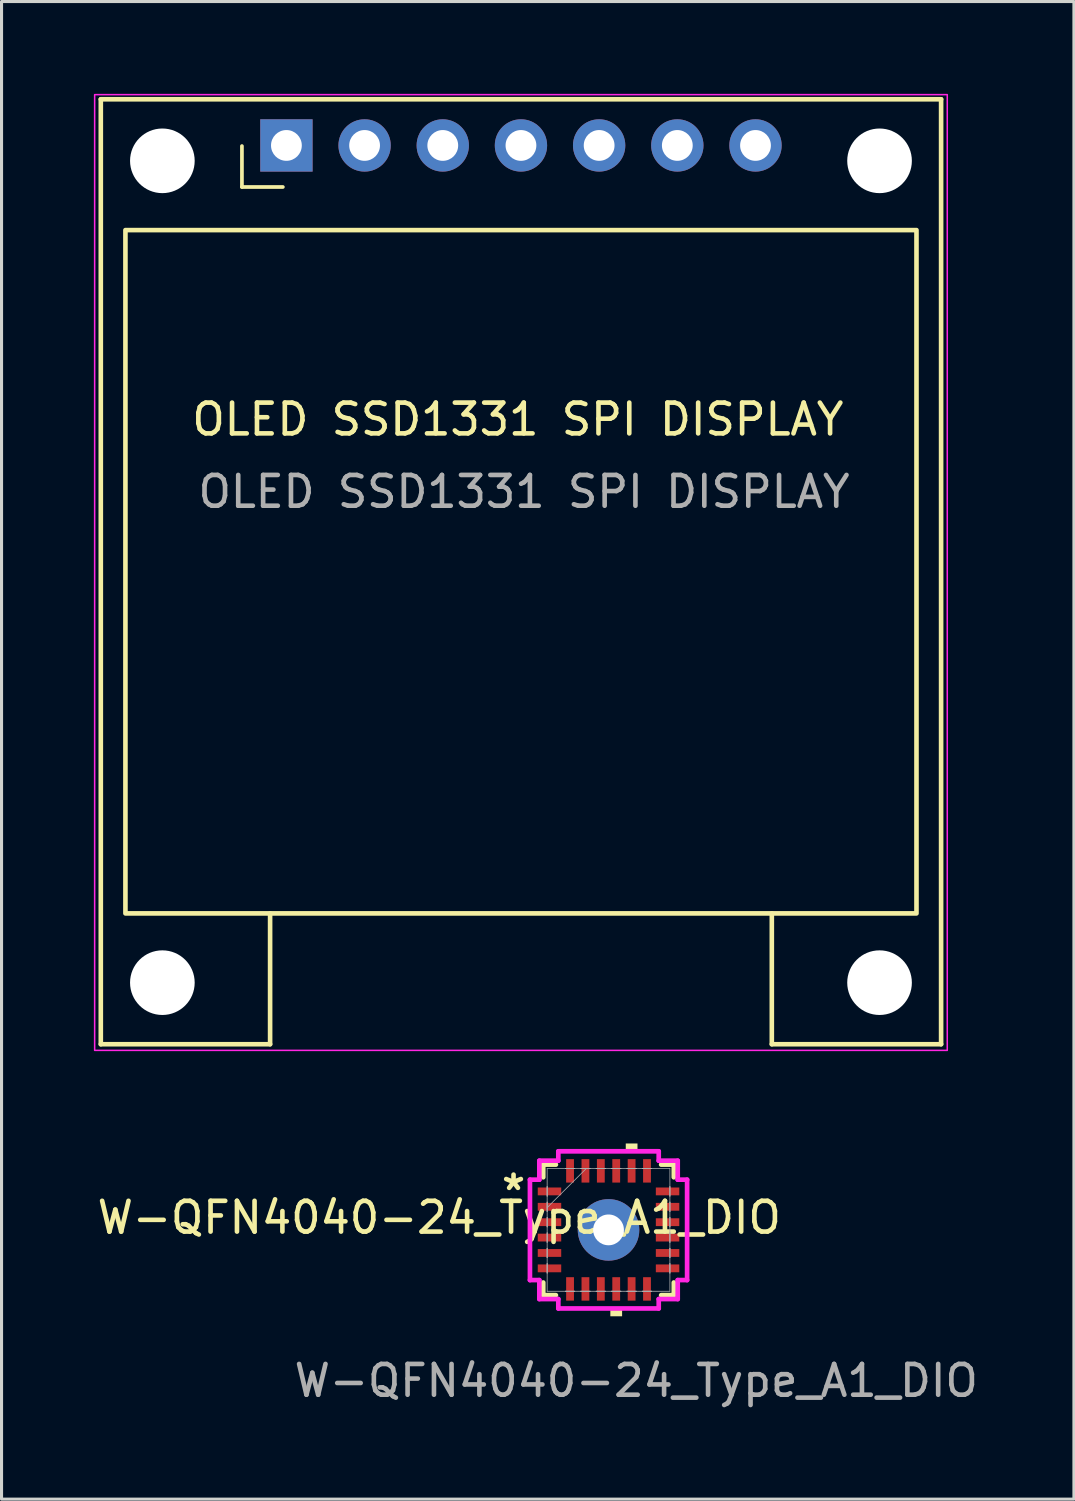
<source format=kicad_pcb>
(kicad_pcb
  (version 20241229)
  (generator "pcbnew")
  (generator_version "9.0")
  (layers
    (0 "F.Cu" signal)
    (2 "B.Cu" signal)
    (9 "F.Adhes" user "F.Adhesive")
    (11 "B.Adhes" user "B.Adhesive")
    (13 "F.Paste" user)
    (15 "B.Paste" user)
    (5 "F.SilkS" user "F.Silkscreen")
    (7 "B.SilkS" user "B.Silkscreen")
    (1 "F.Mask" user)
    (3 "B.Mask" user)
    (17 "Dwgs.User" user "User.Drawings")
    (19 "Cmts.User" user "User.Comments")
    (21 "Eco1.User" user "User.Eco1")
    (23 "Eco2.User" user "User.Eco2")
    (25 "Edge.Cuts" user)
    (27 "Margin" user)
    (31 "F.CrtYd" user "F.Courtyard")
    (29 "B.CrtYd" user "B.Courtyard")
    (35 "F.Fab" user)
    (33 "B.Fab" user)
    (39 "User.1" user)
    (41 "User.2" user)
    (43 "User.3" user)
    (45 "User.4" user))
  (footprint "W-QFN4040-24_Type_A1_DIO"
    (layer "F.Cu")
    (at 16.72 36.907)
    (property "Reference" "W-QFN4040-24_Type_A1_DIO" (at -5.5 -0.4 0) (unlocked yes) (layer "F.SilkS") (effects (font (size 1 1) (thickness 0.15))))
    (attr smd)
    (fp_line (start -2.121 -2.121) (end -2.121 -1.71) (stroke (width 0.152) (type solid)) (layer "F.SilkS"))
    (fp_line (start -2.121 1.71) (end -2.121 2.121) (stroke (width 0.152) (type solid)) (layer "F.SilkS"))
    (fp_line (start -2.121 2.121) (end -1.71 2.121) (stroke (width 0.152) (type solid)) (layer "F.SilkS"))
    (fp_line (start -1.71 -2.121) (end -2.121 -2.121) (stroke (width 0.152) (type solid)) (layer "F.SilkS"))
    (fp_line (start 1.71 2.121) (end 2.121 2.121) (stroke (width 0.152) (type solid)) (layer "F.SilkS"))
    (fp_line (start 2.121 -2.121) (end 1.71 -2.121) (stroke (width 0.152) (type solid)) (layer "F.SilkS"))
    (fp_line (start 2.121 -1.71) (end 2.121 -2.121) (stroke (width 0.152) (type solid)) (layer "F.SilkS"))
    (fp_line (start 2.121 2.121) (end 2.121 1.71) (stroke (width 0.152) (type solid)) (layer "F.SilkS"))
    (fp_poly (pts (xy 0.059 2.553) (xy 0.059 2.807) (xy 0.441 2.807) (xy 0.441 2.553)) (stroke (width 0) (type solid)) (fill yes) (layer "F.SilkS"))
    (fp_poly (pts (xy 0.56 -2.553) (xy 0.56 -2.807) (xy 0.941 -2.807) (xy 0.941 -2.553)) (stroke (width 0) (type solid)) (fill yes) (layer "F.SilkS"))
    (fp_line (start -2.553 -1.631) (end -2.248 -1.631) (stroke (width 0.152) (type solid)) (layer "F.CrtYd"))
    (fp_line (start -2.553 1.631) (end -2.553 -1.631) (stroke (width 0.152) (type solid)) (layer "F.CrtYd"))
    (fp_line (start -2.248 -2.248) (end -1.631 -2.248) (stroke (width 0.152) (type solid)) (layer "F.CrtYd"))
    (fp_line (start -2.248 -1.631) (end -2.248 -2.248) (stroke (width 0.152) (type solid)) (layer "F.CrtYd"))
    (fp_line (start -2.248 1.631) (end -2.553 1.631) (stroke (width 0.152) (type solid)) (layer "F.CrtYd"))
    (fp_line (start -2.248 2.248) (end -2.248 1.631) (stroke (width 0.152) (type solid)) (layer "F.CrtYd"))
    (fp_line (start -1.631 -2.553) (end 1.631 -2.553) (stroke (width 0.152) (type solid)) (layer "F.CrtYd"))
    (fp_line (start -1.631 -2.248) (end -1.631 -2.553) (stroke (width 0.152) (type solid)) (layer "F.CrtYd"))
    (fp_line (start -1.631 2.248) (end -2.248 2.248) (stroke (width 0.152) (type solid)) (layer "F.CrtYd"))
    (fp_line (start -1.631 2.553) (end -1.631 2.248) (stroke (width 0.152) (type solid)) (layer "F.CrtYd"))
    (fp_line (start 1.631 -2.553) (end 1.631 -2.248) (stroke (width 0.152) (type solid)) (layer "F.CrtYd"))
    (fp_line (start 1.631 -2.248) (end 2.248 -2.248) (stroke (width 0.152) (type solid)) (layer "F.CrtYd"))
    (fp_line (start 1.631 2.248) (end 1.631 2.553) (stroke (width 0.152) (type solid)) (layer "F.CrtYd"))
    (fp_line (start 1.631 2.553) (end -1.631 2.553) (stroke (width 0.152) (type solid)) (layer "F.CrtYd"))
    (fp_line (start 2.248 -2.248) (end 2.248 -1.631) (stroke (width 0.152) (type solid)) (layer "F.CrtYd"))
    (fp_line (start 2.248 -1.631) (end 2.553 -1.631) (stroke (width 0.152) (type solid)) (layer "F.CrtYd"))
    (fp_line (start 2.248 1.631) (end 2.248 2.248) (stroke (width 0.152) (type solid)) (layer "F.CrtYd"))
    (fp_line (start 2.248 2.248) (end 1.631 2.248) (stroke (width 0.152) (type solid)) (layer "F.CrtYd"))
    (fp_line (start 2.553 -1.631) (end 2.553 1.631) (stroke (width 0.152) (type solid)) (layer "F.CrtYd"))
    (fp_line (start 2.553 1.631) (end 2.248 1.631) (stroke (width 0.152) (type solid)) (layer "F.CrtYd"))
    (fp_line (start -1.994 -1.994) (end -1.994 1.994) (stroke (width 0.025) (type solid)) (layer "F.Fab"))
    (fp_line (start -1.994 -1.402) (end -1.994 -1.402) (stroke (width 0.025) (type solid)) (layer "F.Fab"))
    (fp_line (start -1.994 -1.402) (end -1.994 -1.098) (stroke (width 0.025) (type solid)) (layer "F.Fab"))
    (fp_line (start -1.994 -1.098) (end -1.994 -1.402) (stroke (width 0.025) (type solid)) (layer "F.Fab"))
    (fp_line (start -1.994 -1.098) (end -1.994 -1.098) (stroke (width 0.025) (type solid)) (layer "F.Fab"))
    (fp_line (start -1.994 -0.902) (end -1.994 -0.902) (stroke (width 0.025) (type solid)) (layer "F.Fab"))
    (fp_line (start -1.994 -0.902) (end -1.994 -0.598) (stroke (width 0.025) (type solid)) (layer "F.Fab"))
    (fp_line (start -1.994 -0.724) (end -0.724 -1.994) (stroke (width 0.025) (type solid)) (layer "F.Fab"))
    (fp_line (start -1.994 -0.598) (end -1.994 -0.902) (stroke (width 0.025) (type solid)) (layer "F.Fab"))
    (fp_line (start -1.994 -0.598) (end -1.994 -0.598) (stroke (width 0.025) (type solid)) (layer "F.Fab"))
    (fp_line (start -1.994 -0.402) (end -1.994 -0.402) (stroke (width 0.025) (type solid)) (layer "F.Fab"))
    (fp_line (start -1.994 -0.402) (end -1.994 -0.098) (stroke (width 0.025) (type solid)) (layer "F.Fab"))
    (fp_line (start -1.994 -0.098) (end -1.994 -0.402) (stroke (width 0.025) (type solid)) (layer "F.Fab"))
    (fp_line (start -1.994 -0.098) (end -1.994 -0.098) (stroke (width 0.025) (type solid)) (layer "F.Fab"))
    (fp_line (start -1.994 0.098) (end -1.994 0.098) (stroke (width 0.025) (type solid)) (layer "F.Fab"))
    (fp_line (start -1.994 0.098) (end -1.994 0.402) (stroke (width 0.025) (type solid)) (layer "F.Fab"))
    (fp_line (start -1.994 0.402) (end -1.994 0.098) (stroke (width 0.025) (type solid)) (layer "F.Fab"))
    (fp_line (start -1.994 0.402) (end -1.994 0.402) (stroke (width 0.025) (type solid)) (layer "F.Fab"))
    (fp_line (start -1.994 0.598) (end -1.994 0.598) (stroke (width 0.025) (type solid)) (layer "F.Fab"))
    (fp_line (start -1.994 0.598) (end -1.994 0.902) (stroke (width 0.025) (type solid)) (layer "F.Fab"))
    (fp_line (start -1.994 0.902) (end -1.994 0.598) (stroke (width 0.025) (type solid)) (layer "F.Fab"))
    (fp_line (start -1.994 0.902) (end -1.994 0.902) (stroke (width 0.025) (type solid)) (layer "F.Fab"))
    (fp_line (start -1.994 1.098) (end -1.994 1.098) (stroke (width 0.025) (type solid)) (layer "F.Fab"))
    (fp_line (start -1.994 1.098) (end -1.994 1.402) (stroke (width 0.025) (type solid)) (layer "F.Fab"))
    (fp_line (start -1.994 1.402) (end -1.994 1.098) (stroke (width 0.025) (type solid)) (layer "F.Fab"))
    (fp_line (start -1.994 1.402) (end -1.994 1.402) (stroke (width 0.025) (type solid)) (layer "F.Fab"))
    (fp_line (start -1.994 1.994) (end 1.994 1.994) (stroke (width 0.025) (type solid)) (layer "F.Fab"))
    (fp_line (start -1.402 -1.994) (end -1.402 -1.994) (stroke (width 0.025) (type solid)) (layer "F.Fab"))
    (fp_line (start -1.402 -1.994) (end -1.098 -1.994) (stroke (width 0.025) (type solid)) (layer "F.Fab"))
    (fp_line (start -1.402 1.994) (end -1.402 1.994) (stroke (width 0.025) (type solid)) (layer "F.Fab"))
    (fp_line (start -1.402 1.994) (end -1.098 1.994) (stroke (width 0.025) (type solid)) (layer "F.Fab"))
    (fp_line (start -1.098 -1.994) (end -1.402 -1.994) (stroke (width 0.025) (type solid)) (layer "F.Fab"))
    (fp_line (start -1.098 -1.994) (end -1.098 -1.994) (stroke (width 0.025) (type solid)) (layer "F.Fab"))
    (fp_line (start -1.098 1.994) (end -1.402 1.994) (stroke (width 0.025) (type solid)) (layer "F.Fab"))
    (fp_line (start -1.098 1.994) (end -1.098 1.994) (stroke (width 0.025) (type solid)) (layer "F.Fab"))
    (fp_line (start -0.902 -1.994) (end -0.902 -1.994) (stroke (width 0.025) (type solid)) (layer "F.Fab"))
    (fp_line (start -0.902 -1.994) (end -0.598 -1.994) (stroke (width 0.025) (type solid)) (layer "F.Fab"))
    (fp_line (start -0.902 1.994) (end -0.902 1.994) (stroke (width 0.025) (type solid)) (layer "F.Fab"))
    (fp_line (start -0.902 1.994) (end -0.598 1.994) (stroke (width 0.025) (type solid)) (layer "F.Fab"))
    (fp_line (start -0.598 -1.994) (end -0.902 -1.994) (stroke (width 0.025) (type solid)) (layer "F.Fab"))
    (fp_line (start -0.598 -1.994) (end -0.598 -1.994) (stroke (width 0.025) (type solid)) (layer "F.Fab"))
    (fp_line (start -0.598 1.994) (end -0.902 1.994) (stroke (width 0.025) (type solid)) (layer "F.Fab"))
    (fp_line (start -0.598 1.994) (end -0.598 1.994) (stroke (width 0.025) (type solid)) (layer "F.Fab"))
    (fp_line (start -0.402 -1.994) (end -0.402 -1.994) (stroke (width 0.025) (type solid)) (layer "F.Fab"))
    (fp_line (start -0.402 -1.994) (end -0.098 -1.994) (stroke (width 0.025) (type solid)) (layer "F.Fab"))
    (fp_line (start -0.402 1.994) (end -0.402 1.994) (stroke (width 0.025) (type solid)) (layer "F.Fab"))
    (fp_line (start -0.402 1.994) (end -0.098 1.994) (stroke (width 0.025) (type solid)) (layer "F.Fab"))
    (fp_line (start -0.098 -1.994) (end -0.402 -1.994) (stroke (width 0.025) (type solid)) (layer "F.Fab"))
    (fp_line (start -0.098 -1.994) (end -0.098 -1.994) (stroke (width 0.025) (type solid)) (layer "F.Fab"))
    (fp_line (start -0.098 1.994) (end -0.402 1.994) (stroke (width 0.025) (type solid)) (layer "F.Fab"))
    (fp_line (start -0.098 1.994) (end -0.098 1.994) (stroke (width 0.025) (type solid)) (layer "F.Fab"))
    (fp_line (start 0.098 -1.994) (end 0.098 -1.994) (stroke (width 0.025) (type solid)) (layer "F.Fab"))
    (fp_line (start 0.098 -1.994) (end 0.402 -1.994) (stroke (width 0.025) (type solid)) (layer "F.Fab"))
    (fp_line (start 0.098 1.994) (end 0.098 1.994) (stroke (width 0.025) (type solid)) (layer "F.Fab"))
    (fp_line (start 0.098 1.994) (end 0.402 1.994) (stroke (width 0.025) (type solid)) (layer "F.Fab"))
    (fp_line (start 0.402 -1.994) (end 0.098 -1.994) (stroke (width 0.025) (type solid)) (layer "F.Fab"))
    (fp_line (start 0.402 -1.994) (end 0.402 -1.994) (stroke (width 0.025) (type solid)) (layer "F.Fab"))
    (fp_line (start 0.402 1.994) (end 0.098 1.994) (stroke (width 0.025) (type solid)) (layer "F.Fab"))
    (fp_line (start 0.402 1.994) (end 0.402 1.994) (stroke (width 0.025) (type solid)) (layer "F.Fab"))
    (fp_line (start 0.598 -1.994) (end 0.598 -1.994) (stroke (width 0.025) (type solid)) (layer "F.Fab"))
    (fp_line (start 0.598 -1.994) (end 0.902 -1.994) (stroke (width 0.025) (type solid)) (layer "F.Fab"))
    (fp_line (start 0.598 1.994) (end 0.598 1.994) (stroke (width 0.025) (type solid)) (layer "F.Fab"))
    (fp_line (start 0.598 1.994) (end 0.902 1.994) (stroke (width 0.025) (type solid)) (layer "F.Fab"))
    (fp_line (start 0.902 -1.994) (end 0.598 -1.994) (stroke (width 0.025) (type solid)) (layer "F.Fab"))
    (fp_line (start 0.902 -1.994) (end 0.902 -1.994) (stroke (width 0.025) (type solid)) (layer "F.Fab"))
    (fp_line (start 0.902 1.994) (end 0.598 1.994) (stroke (width 0.025) (type solid)) (layer "F.Fab"))
    (fp_line (start 0.902 1.994) (end 0.902 1.994) (stroke (width 0.025) (type solid)) (layer "F.Fab"))
    (fp_line (start 1.098 -1.994) (end 1.098 -1.994) (stroke (width 0.025) (type solid)) (layer "F.Fab"))
    (fp_line (start 1.098 -1.994) (end 1.402 -1.994) (stroke (width 0.025) (type solid)) (layer "F.Fab"))
    (fp_line (start 1.098 1.994) (end 1.098 1.994) (stroke (width 0.025) (type solid)) (layer "F.Fab"))
    (fp_line (start 1.098 1.994) (end 1.402 1.994) (stroke (width 0.025) (type solid)) (layer "F.Fab"))
    (fp_line (start 1.402 -1.994) (end 1.098 -1.994) (stroke (width 0.025) (type solid)) (layer "F.Fab"))
    (fp_line (start 1.402 -1.994) (end 1.402 -1.994) (stroke (width 0.025) (type solid)) (layer "F.Fab"))
    (fp_line (start 1.402 1.994) (end 1.098 1.994) (stroke (width 0.025) (type solid)) (layer "F.Fab"))
    (fp_line (start 1.402 1.994) (end 1.402 1.994) (stroke (width 0.025) (type solid)) (layer "F.Fab"))
    (fp_line (start 1.994 -1.994) (end -1.994 -1.994) (stroke (width 0.025) (type solid)) (layer "F.Fab"))
    (fp_line (start 1.994 -1.402) (end 1.994 -1.402) (stroke (width 0.025) (type solid)) (layer "F.Fab"))
    (fp_line (start 1.994 -1.402) (end 1.994 -1.098) (stroke (width 0.025) (type solid)) (layer "F.Fab"))
    (fp_line (start 1.994 -1.098) (end 1.994 -1.402) (stroke (width 0.025) (type solid)) (layer "F.Fab"))
    (fp_line (start 1.994 -1.098) (end 1.994 -1.098) (stroke (width 0.025) (type solid)) (layer "F.Fab"))
    (fp_line (start 1.994 -0.902) (end 1.994 -0.902) (stroke (width 0.025) (type solid)) (layer "F.Fab"))
    (fp_line (start 1.994 -0.902) (end 1.994 -0.598) (stroke (width 0.025) (type solid)) (layer "F.Fab"))
    (fp_line (start 1.994 -0.598) (end 1.994 -0.902) (stroke (width 0.025) (type solid)) (layer "F.Fab"))
    (fp_line (start 1.994 -0.598) (end 1.994 -0.598) (stroke (width 0.025) (type solid)) (layer "F.Fab"))
    (fp_line (start 1.994 -0.402) (end 1.994 -0.402) (stroke (width 0.025) (type solid)) (layer "F.Fab"))
    (fp_line (start 1.994 -0.402) (end 1.994 -0.098) (stroke (width 0.025) (type solid)) (layer "F.Fab"))
    (fp_line (start 1.994 -0.098) (end 1.994 -0.402) (stroke (width 0.025) (type solid)) (layer "F.Fab"))
    (fp_line (start 1.994 -0.098) (end 1.994 -0.098) (stroke (width 0.025) (type solid)) (layer "F.Fab"))
    (fp_line (start 1.994 0.098) (end 1.994 0.098) (stroke (width 0.025) (type solid)) (layer "F.Fab"))
    (fp_line (start 1.994 0.098) (end 1.994 0.402) (stroke (width 0.025) (type solid)) (layer "F.Fab"))
    (fp_line (start 1.994 0.402) (end 1.994 0.098) (stroke (width 0.025) (type solid)) (layer "F.Fab"))
    (fp_line (start 1.994 0.402) (end 1.994 0.402) (stroke (width 0.025) (type solid)) (layer "F.Fab"))
    (fp_line (start 1.994 0.598) (end 1.994 0.598) (stroke (width 0.025) (type solid)) (layer "F.Fab"))
    (fp_line (start 1.994 0.598) (end 1.994 0.902) (stroke (width 0.025) (type solid)) (layer "F.Fab"))
    (fp_line (start 1.994 0.902) (end 1.994 0.598) (stroke (width 0.025) (type solid)) (layer "F.Fab"))
    (fp_line (start 1.994 0.902) (end 1.994 0.902) (stroke (width 0.025) (type solid)) (layer "F.Fab"))
    (fp_line (start 1.994 1.098) (end 1.994 1.098) (stroke (width 0.025) (type solid)) (layer "F.Fab"))
    (fp_line (start 1.994 1.098) (end 1.994 1.402) (stroke (width 0.025) (type solid)) (layer "F.Fab"))
    (fp_line (start 1.994 1.402) (end 1.994 1.098) (stroke (width 0.025) (type solid)) (layer "F.Fab"))
    (fp_line (start 1.994 1.402) (end 1.994 1.402) (stroke (width 0.025) (type solid)) (layer "F.Fab"))
    (fp_line (start 1.994 1.994) (end 1.994 -1.994) (stroke (width 0.025) (type solid)) (layer "F.Fab"))
    (fp_text user "*" (at -3.086 -1.25 0) (unlocked yes) (layer "F.SilkS") (effects (font (size 1 1) (thickness 0.15))))
    (fp_text user "${REFERENCE}" (at 0.9 4.9 0) (unlocked yes) (layer "F.Fab") (effects (font (size 1 1) (thickness 0.15))))
    (pad "1" smd rect (at -1.918 -1.25 90) (size 0.254 0.762) (layers "F.Cu" "F.Mask" "F.Paste"))
    (pad "2" smd rect (at -1.918 -0.75 90) (size 0.254 0.762) (layers "F.Cu" "F.Mask" "F.Paste"))
    (pad "3" smd rect (at -1.918 -0.25 90) (size 0.254 0.762) (layers "F.Cu" "F.Mask" "F.Paste"))
    (pad "4" smd rect (at -1.918 0.25 90) (size 0.254 0.762) (layers "F.Cu" "F.Mask" "F.Paste"))
    (pad "5" smd rect (at -1.918 0.75 90) (size 0.254 0.762) (layers "F.Cu" "F.Mask" "F.Paste"))
    (pad "6" smd rect (at -1.918 1.25 90) (size 0.254 0.762) (layers "F.Cu" "F.Mask" "F.Paste"))
    (pad "7" smd rect (at -1.25 1.918) (size 0.254 0.762) (layers "F.Cu" "F.Mask" "F.Paste"))
    (pad "8" smd rect (at -0.75 1.918) (size 0.254 0.762) (layers "F.Cu" "F.Mask" "F.Paste"))
    (pad "9" smd rect (at -0.25 1.918) (size 0.254 0.762) (layers "F.Cu" "F.Mask" "F.Paste"))
    (pad "10" smd rect (at 0.25 1.918) (size 0.254 0.762) (layers "F.Cu" "F.Mask" "F.Paste"))
    (pad "11" smd rect (at 0.75 1.918) (size 0.254 0.762) (layers "F.Cu" "F.Mask" "F.Paste"))
    (pad "12" smd rect (at 1.25 1.918) (size 0.254 0.762) (layers "F.Cu" "F.Mask" "F.Paste"))
    (pad "13" smd rect (at 1.918 1.25 90) (size 0.254 0.762) (layers "F.Cu" "F.Mask" "F.Paste"))
    (pad "14" smd rect (at 1.918 0.75 90) (size 0.254 0.762) (layers "F.Cu" "F.Mask" "F.Paste"))
    (pad "15" smd rect (at 1.918 0.25 90) (size 0.254 0.762) (layers "F.Cu" "F.Mask" "F.Paste"))
    (pad "16" smd rect (at 1.918 -0.25 90) (size 0.254 0.762) (layers "F.Cu" "F.Mask" "F.Paste"))
    (pad "17" smd rect (at 1.918 -0.75 90) (size 0.254 0.762) (layers "F.Cu" "F.Mask" "F.Paste"))
    (pad "18" smd rect (at 1.918 -1.25 90) (size 0.254 0.762) (layers "F.Cu" "F.Mask" "F.Paste"))
    (pad "19" smd rect (at 1.25 -1.918) (size 0.254 0.762) (layers "F.Cu" "F.Mask" "F.Paste"))
    (pad "20" smd rect (at 0.75 -1.918) (size 0.254 0.762) (layers "F.Cu" "F.Mask" "F.Paste"))
    (pad "21" smd rect (at 0.25 -1.918) (size 0.254 0.762) (layers "F.Cu" "F.Mask" "F.Paste"))
    (pad "22" smd rect (at -0.25 -1.918) (size 0.254 0.762) (layers "F.Cu" "F.Mask" "F.Paste"))
    (pad "23" smd rect (at -0.75 -1.918) (size 0.254 0.762) (layers "F.Cu" "F.Mask" "F.Paste"))
    (pad "24" smd rect (at -1.25 -1.918) (size 0.254 0.762) (layers "F.Cu" "F.Mask" "F.Paste"))
    (pad "25" thru_hole circle (at 0 0) (size 2 2) (drill 1) (layers "*.Cu" "*.Mask"))
    (zone (net_name "") (layer "F.Cu") (name "25") (hatch edge 0.5) (connect_pads) (min_thickness 0.25) (filled_areas_thickness no) (keepout (tracks allowed) (vias allowed) (pads allowed) (copperpour allowed) (footprints allowed)) (placement (enabled no)) (fill) (polygon (pts (xy 15.345 35.557) (xy 18.095 35.557) (xy 18.095 38.282) (xy 15.345 38.282)))))
  (footprint "OLED SSD1331 SPI DISPLAY"
    (layer "F.Cu")
    (at 13.875 15.525)
    (property "Reference" "OLED SSD1331 SPI DISPLAY" (at -0.1 -4.95 180) (layer "F.SilkS") (effects (font (size 1 1) (thickness 0.15))))
    (attr through_hole)
    (fp_line (start -13.65 -15.35) (end -13.65 15.35) (stroke (width 0.15) (type default)) (layer "F.SilkS"))
    (fp_line (start -13.65 -15.35) (end 13.65 -15.35) (stroke (width 0.15) (type default)) (layer "F.SilkS"))
    (fp_line (start -13.65 15.35) (end -8.15 15.35) (stroke (width 0.15) (type default)) (layer "F.SilkS"))
    (fp_line (start -9.065 -12.5) (end -9.065 -13.83) (stroke (width 0.12) (type solid)) (layer "F.SilkS"))
    (fp_line (start -8.15 15.35) (end -8.15 11.1) (stroke (width 0.15) (type default)) (layer "F.SilkS"))
    (fp_line (start -7.735 -12.5) (end -9.065 -12.5) (stroke (width 0.12) (type solid)) (layer "F.SilkS"))
    (fp_line (start 8.15 15.35) (end 8.15 11.1) (stroke (width 0.15) (type default)) (layer "F.SilkS"))
    (fp_line (start 13.65 -15.35) (end 13.65 15.35) (stroke (width 0.15) (type default)) (layer "F.SilkS"))
    (fp_line (start 13.65 15.35) (end 8.15 15.35) (stroke (width 0.15) (type default)) (layer "F.SilkS"))
    (fp_rect (start -12.85 -11.1) (end 12.85 11.1) (stroke (width 0.15) (type default)) (fill no) (layer "F.SilkS"))
    (fp_rect (start -13.85 -15.5) (end 13.85 15.55) (stroke (width 0.05) (type default)) (fill no) (layer "F.CrtYd"))
    (fp_text user "${REFERENCE}" (at 0.1 -2.6 180) (layer "F.Fab") (effects (font (size 1 1) (thickness 0.15))))
    (pad "" np_thru_hole circle (at -11.65 -13.35) (size 2.1 2.1) (drill 2.1) (layers "*.Cu" "*.Mask"))
    (pad "" np_thru_hole circle (at -11.65 13.35) (size 2.1 2.1) (drill 2.1) (layers "*.Cu" "*.Mask"))
    (pad "" np_thru_hole circle (at 11.65 -13.35) (size 2.1 2.1) (drill 2.1) (layers "*.Cu" "*.Mask"))
    (pad "" np_thru_hole circle (at 11.65 13.35) (size 2.1 2.1) (drill 2.1) (layers "*.Cu" "*.Mask"))
    (pad "1" thru_hole rect (at -7.62 -13.85 90) (size 1.7 1.7) (drill 1) (layers "*.Cu" "*.Mask"))
    (pad "2" thru_hole oval (at -5.08 -13.85 90) (size 1.7 1.7) (drill 1) (layers "*.Cu" "*.Mask"))
    (pad "3" thru_hole oval (at -2.54 -13.85 90) (size 1.7 1.7) (drill 1) (layers "*.Cu" "*.Mask"))
    (pad "4" thru_hole oval (at 0 -13.85 90) (size 1.7 1.7) (drill 1) (layers "*.Cu" "*.Mask"))
    (pad "5" thru_hole oval (at 2.54 -13.85 90) (size 1.7 1.7) (drill 1) (layers "*.Cu" "*.Mask"))
    (pad "6" thru_hole oval (at 5.08 -13.85 90) (size 1.7 1.7) (drill 1) (layers "*.Cu" "*.Mask"))
    (pad "7" thru_hole oval (at 7.62 -13.85 90) (size 1.7 1.7) (drill 1) (layers "*.Cu" "*.Mask")))
  (gr_rect
    (start -3 -3)
    (end 31.84 45.655)
    (stroke (width 0.1) (type default))
    (fill no)
    (layer "Edge.Cuts")))
</source>
